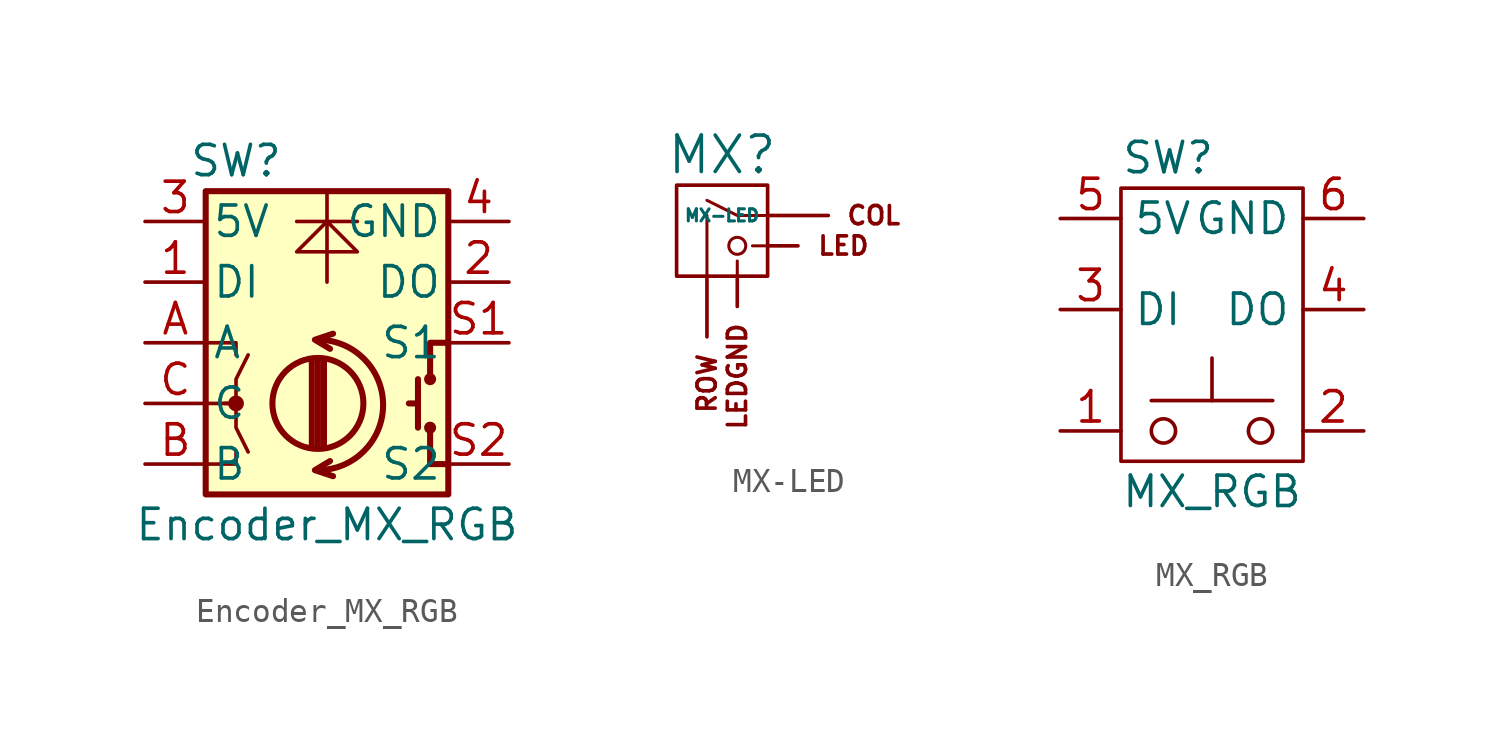
<source format=kicad_sym>
(kicad_symbol_lib
  (version 20201005)
  (generator kicad_symbol_editor)
  (symbol "Encoder_MX_RGB"
    (pin_names
      (offset 0.254))
    (property "Reference" "SW"
      (at -3.81 7.62 0)
      (effects (font (size 1.27 1.27))))
    (property "Value" "Encoder_MX_RGB"
      (at 0 -7.62 0)
      (effects (font (size 1.27 1.27))))
    (symbol "Encoder_MX_RGB_0_1"
      (arc (start -0.381 -5.334) (end -0.381 0.127) (radius (at -0.381 -2.5908) (length 2.7432) (angles -89.9 89.9)) (stroke (width 0.254)) (fill (type none)))
      (circle (center -3.81 -2.54) (radius 0.254) (stroke (width 0)) (fill (type outline)))
      (circle (center -0.381 -2.54) (radius 1.905) (stroke (width 0.254)) (fill (type none)))
      (circle (center 4.318 -3.556) (radius 0.127) (stroke (width 0.254)) (fill (type none)))
      (circle (center 4.318 -1.524) (radius 0.127) (stroke (width 0.254)) (fill (type none)))
      (rectangle (start -5.08 6.35) (end 5.08 -6.35) (stroke (width 0.254)) (fill (type background)))
      (polyline (pts (xy -0.635 -4.318) (xy -0.635 -0.762)) (stroke (width 0.254)) (fill (type none)))
      (polyline (pts (xy -0.381 -4.318) (xy -0.381 -0.762)) (stroke (width 0.254)) (fill (type none)))
      (polyline (pts (xy -0.127 -0.762) (xy -0.127 -4.318)) (stroke (width 0.254)) (fill (type none)))
      (polyline (pts (xy 0 2.54) (xy 0 6.35)) (stroke (width 0)) (fill (type none)))
      (polyline (pts (xy 3.81 -2.54) (xy 3.429 -2.54)) (stroke (width 0.254)) (fill (type none)))
      (polyline (pts (xy 3.81 -1.524) (xy 3.81 -3.556)) (stroke (width 0.254)) (fill (type none)))
      (polyline (pts (xy -5.08 -5.08) (xy -3.81 -5.08) (xy -3.81 -4.572)) (stroke (width 0)) (fill (type none)))
      (polyline (pts (xy -5.08 0) (xy -3.81 0) (xy -3.81 -0.508)) (stroke (width 0)) (fill (type none)))
      (polyline (pts (xy 0.254 -5.588) (xy -0.508 -5.334) (xy 0.127 -4.953)) (stroke (width 0.254)) (fill (type none)))
      (polyline (pts (xy 0.254 0.381) (xy -0.508 0.127) (xy 0.127 -0.254)) (stroke (width 0.254)) (fill (type none)))
      (polyline (pts (xy 5.08 -5.08) (xy 4.318 -5.08) (xy 4.318 -3.556)) (stroke (width 0.254)) (fill (type none)))
      (polyline (pts (xy 5.08 0) (xy 4.318 0) (xy 4.318 -1.524)) (stroke (width 0.254)) (fill (type none)))
      (polyline (pts (xy -5.08 -2.54) (xy -3.81 -2.54) (xy -3.81 -3.556) (xy -3.302 -4.572)) (stroke (width 0)) (fill (type none)))
      (polyline (pts (xy -4.318 -2.54) (xy -3.81 -2.54) (xy -3.81 -1.524) (xy -3.302 -0.508)) (stroke (width 0)) (fill (type none)))
      (polyline (pts (xy 0 5.08) (xy -1.27 3.81) (xy 0 3.81) (xy 1.27 3.81) (xy 0 5.08) (xy -1.27 5.08) (xy 1.27 5.08)) (stroke (width 0)) (fill (type none))))
    (symbol "Encoder_MX_RGB_1_1"
      (pin input line (at -7.62 2.54 0) (length 2.54) (name "DI" (effects (font (size 1.27 1.27)))) (number "1" (effects (font (size 1.27 1.27)))))
      (pin output line (at 7.62 2.54 180) (length 2.54) (name "DO" (effects (font (size 1.27 1.27)))) (number "2" (effects (font (size 1.27 1.27)))))
      (pin input line (at -7.62 5.08 0) (length 2.54) (name "5V" (effects (font (size 1.27 1.27)))) (number "3" (effects (font (size 1.27 1.27)))))
      (pin input line (at 7.62 5.08 180) (length 2.54) (name "GND" (effects (font (size 1.27 1.27)))) (number "4" (effects (font (size 1.27 1.27)))))
      (pin passive line (at -7.62 0 0) (length 2.54) (name "A" (effects (font (size 1.27 1.27)))) (number "A" (effects (font (size 1.27 1.27)))))
      (pin passive line (at -7.62 -5.08 0) (length 2.54) (name "B" (effects (font (size 1.27 1.27)))) (number "B" (effects (font (size 1.27 1.27)))))
      (pin passive line (at -7.62 -2.54 0) (length 2.54) (name "C" (effects (font (size 1.27 1.27)))) (number "C" (effects (font (size 1.27 1.27)))))
      (pin passive line (at 7.62 0 180) (length 2.54) (name "S1" (effects (font (size 1.27 1.27)))) (number "S1" (effects (font (size 1.27 1.27)))))
      (pin passive line (at 7.62 -5.08 180) (length 2.54) (name "S2" (effects (font (size 1.27 1.27)))) (number "S2" (effects (font (size 1.27 1.27)))))))
  (symbol "MX-LED"
    (pin_names
      (offset 1.016))
    (property "Reference" "MX"
      (at -0.635 3.81 0)
      (effects (font (size 1.524 1.524))))
    (property "Value" "MX-LED"
      (at -0.635 1.27 0)
      (effects (font (size 0.508 0.508))))
    (symbol "MX-LED_0_0"
      (circle (center 0 0) (radius 0.356) (stroke (width 0.127)) (fill (type none)))
      (text "COL" (at 5.715 1.27 0) (effects (font (size 0.762 0.762))))
      (text "LED" (at 4.445 0 0) (effects (font (size 0.762 0.762))))
      (text "ROW" (at -1.27 -4.445 900) (effects (font (size 0.762 0.762)) (justify right)))
      (rectangle (start -2.54 2.54) (end 1.27 -1.27) (stroke (width 0)) (fill (type none)))
      (polyline (pts (xy 1.27 0) (xy 0.635 0)) (stroke (width 0.127)) (fill (type none)))
      (polyline (pts (xy 0 -1.27) (xy 0 -0.635)) (stroke (width 0.127)) (fill (type none)))
      (polyline (pts (xy -1.27 -1.27) (xy -1.27 1.27)) (stroke (width 0.127)) (fill (type none)))
      (polyline (pts (xy 1.27 1.27) (xy 0 1.27) (xy -1.27 1.905)) (stroke (width 0.127)) (fill (type none))))
    (symbol "MX-LED_1_0"
      (text "LEDGND" (at 0 -3.175 900) (effects (font (size 0.762 0.762)) (justify right))))
    (symbol "MX-LED_1_1"
      (pin passive line (at 3.81 1.27 180) (length 2.54) (name "COL" (effects (font (size 0 0)))) (number "1" (effects (font (size 0 0)))))
      (pin passive line (at -1.27 -3.81 90) (length 2.54) (name "ROW" (effects (font (size 0 0)))) (number "2" (effects (font (size 0 0)))))
      (pin input line (at 2.54 0 180) (length 1.27) (name "LED" (effects (font (size 0 0)))) (number "3" (effects (font (size 0 0)))))
      (pin passive line (at 0 -2.54 90) (length 1.27) (name "LEDGND" (effects (font (size 0 0)))) (number "4" (effects (font (size 0 0)))))))
  (symbol "MX_RGB"
    (property "Reference" "SW"
      (at -3.81 11.43 0)
      (effects (font (size 1.27 1.27)) (justify left)))
    (property "Value" "MX_RGB"
      (at 0 -2.54 0)
      (effects (font (size 1.27 1.27))))
    (symbol "MX_RGB_0_1"
      (circle (center -2.032 0) (radius 0.508) (stroke (width 0)) (fill (type none)))
      (circle (center 2.032 0) (radius 0.508) (stroke (width 0)) (fill (type none)))
      (rectangle (start -3.81 10.16) (end 3.81 -1.27) (stroke (width 0)) (fill (type none)))
      (polyline (pts (xy -2.54 1.27) (xy 2.54 1.27)) (stroke (width 0)) (fill (type none)))
      (polyline (pts (xy 0 1.27) (xy 0 3.048)) (stroke (width 0)) (fill (type none)))
      (pin passive line (at -6.35 0 0) (length 2.54) (name "~" (effects (font (size 1.27 1.27)))) (number "1" (effects (font (size 1.27 1.27)))))
      (pin passive line (at 6.35 0 180) (length 2.54) (name "~" (effects (font (size 1.27 1.27)))) (number "2" (effects (font (size 1.27 1.27)))))
      (pin power_in line (at -6.35 8.89 0) (length 2.54) (name "5V" (effects (font (size 1.27 1.27)))) (number "5" (effects (font (size 1.27 1.27)))))
      (pin power_in line (at 6.35 8.89 180) (length 2.54) (name "GND" (effects (font (size 1.27 1.27)))) (number "6" (effects (font (size 1.27 1.27))))))
    (symbol "MX_RGB_1_1"
      (pin input line (at -6.35 5.08 0) (length 2.54) (name "DI" (effects (font (size 1.27 1.27)))) (number "3" (effects (font (size 1.27 1.27)))))
      (pin output line (at 6.35 5.08 180) (length 2.54) (name "DO" (effects (font (size 1.27 1.27)))) (number "4" (effects (font (size 1.27 1.27))))))))
</source>
